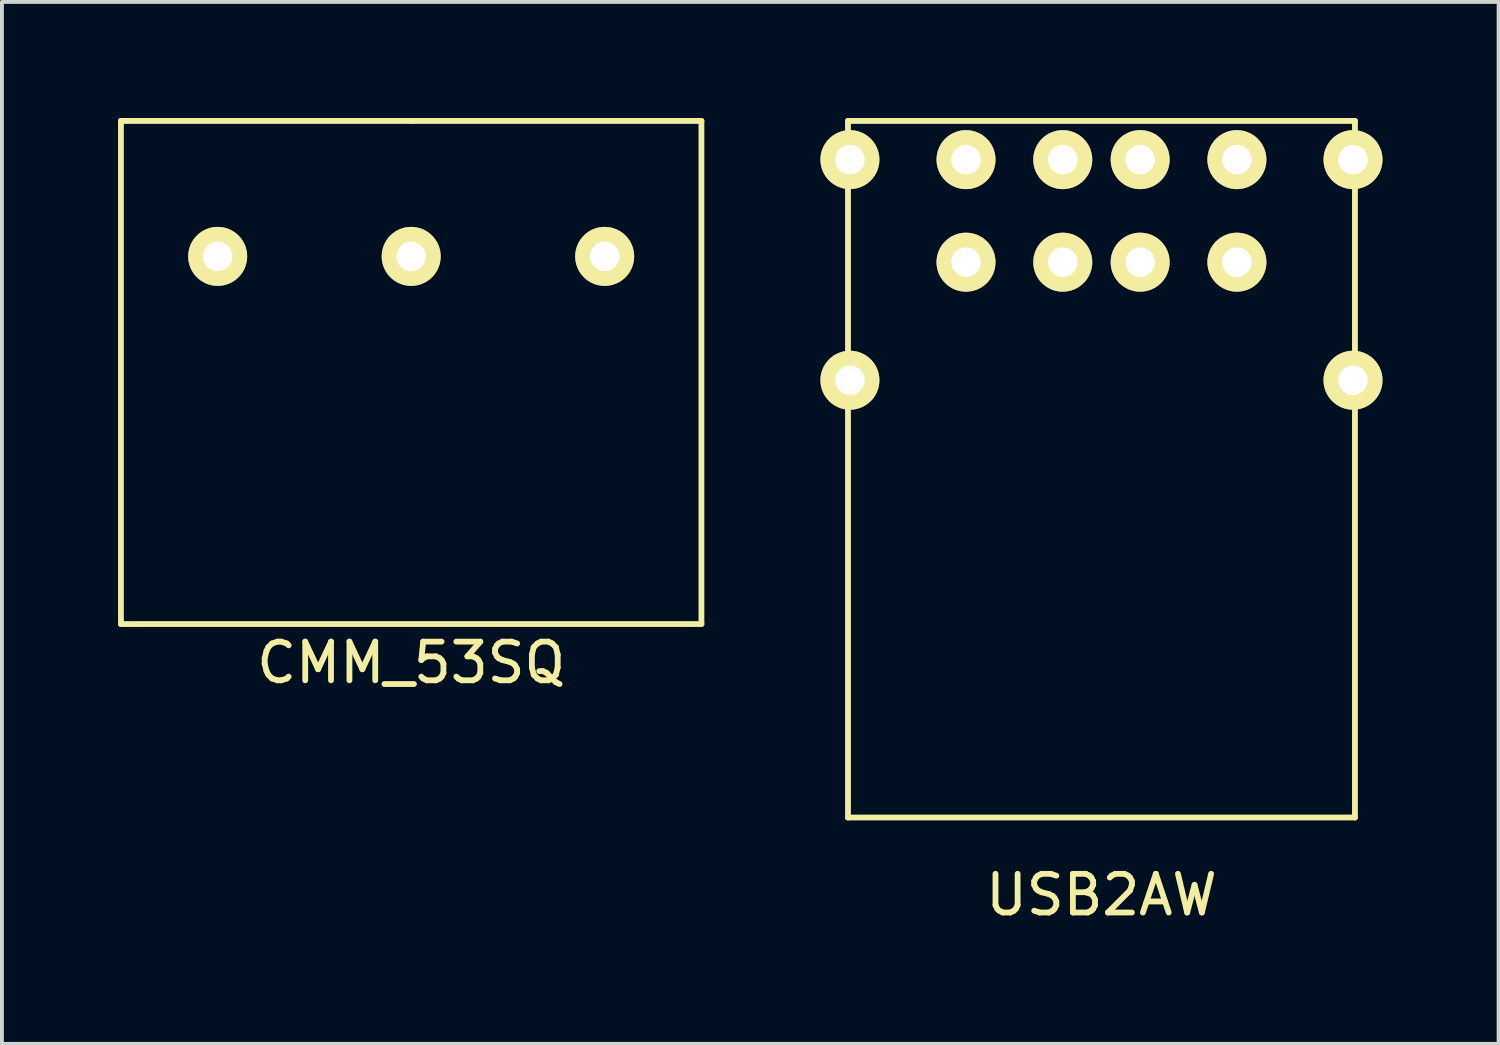
<source format=kicad_pcb>
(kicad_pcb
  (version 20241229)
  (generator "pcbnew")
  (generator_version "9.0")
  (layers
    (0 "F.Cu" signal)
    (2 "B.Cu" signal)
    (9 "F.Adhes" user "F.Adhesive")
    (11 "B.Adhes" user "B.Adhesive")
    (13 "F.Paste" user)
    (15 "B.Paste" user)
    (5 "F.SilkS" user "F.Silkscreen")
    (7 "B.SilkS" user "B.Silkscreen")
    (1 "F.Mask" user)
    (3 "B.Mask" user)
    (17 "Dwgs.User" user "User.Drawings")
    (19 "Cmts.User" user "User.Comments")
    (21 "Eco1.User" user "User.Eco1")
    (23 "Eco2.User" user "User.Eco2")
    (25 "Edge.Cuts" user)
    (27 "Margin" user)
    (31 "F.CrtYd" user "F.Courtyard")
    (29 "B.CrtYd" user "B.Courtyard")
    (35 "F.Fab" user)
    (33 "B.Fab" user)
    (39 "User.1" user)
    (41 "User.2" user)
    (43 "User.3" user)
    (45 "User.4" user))
  (footprint "USB2AW"
    (layer "F.Cu")
    (at 25.412 1.075)
    (property "Reference" "USB2AW" (at 0 19 0) (layer "F.SilkS") (effects (font (size 1 1) (thickness 0.15))))
    (attr through_hole)
    (fp_line (start -6.55 -1) (end -6.55 17) (stroke (width 0.15) (type solid)) (layer "F.SilkS"))
    (fp_line (start -6.55 17) (end 6.55 17) (stroke (width 0.15) (type solid)) (layer "F.SilkS"))
    (fp_line (start 6.55 -1) (end -6.55 -1) (stroke (width 0.15) (type solid)) (layer "F.SilkS"))
    (fp_line (start 6.55 17) (end 6.55 -1) (stroke (width 0.15) (type solid)) (layer "F.SilkS"))
    (pad "1" thru_hole circle (at -3.5 0) (size 1.524 1.524) (drill 0.762) (layers "*.Cu" "*.Mask" "F.SilkS"))
    (pad "2" thru_hole circle (at -1 0) (size 1.524 1.524) (drill 0.762) (layers "*.Cu" "*.Mask" "F.SilkS"))
    (pad "3" thru_hole circle (at 1 0) (size 1.524 1.524) (drill 0.762) (layers "*.Cu" "*.Mask" "F.SilkS"))
    (pad "4" thru_hole circle (at 3.5 0) (size 1.524 1.524) (drill 0.762) (layers "*.Cu" "*.Mask" "F.SilkS"))
    (pad "5" thru_hole circle (at -3.5 2.65) (size 1.524 1.524) (drill 0.762) (layers "*.Cu" "*.Mask" "F.SilkS"))
    (pad "6" thru_hole circle (at -1 2.65) (size 1.524 1.524) (drill 0.762) (layers "*.Cu" "*.Mask" "F.SilkS"))
    (pad "7" thru_hole circle (at 1 2.65) (size 1.524 1.524) (drill 0.762) (layers "*.Cu" "*.Mask" "F.SilkS"))
    (pad "8" thru_hole circle (at 3.5 2.65) (size 1.524 1.524) (drill 0.762) (layers "*.Cu" "*.Mask" "F.SilkS"))
    (pad "14" thru_hole circle (at -6.5 0) (size 1.524 1.524) (drill 0.762) (layers "*.Cu" "*.Mask" "F.SilkS"))
    (pad "15" thru_hole circle (at 6.5 0) (size 1.524 1.524) (drill 0.762) (layers "*.Cu" "*.Mask" "F.SilkS"))
    (pad "16" thru_hole circle (at -6.5 5.7) (size 1.524 1.524) (drill 0.762) (layers "*.Cu" "*.Mask" "F.SilkS"))
    (pad "17" thru_hole circle (at 6.5 5.7) (size 1.524 1.524) (drill 0.762) (layers "*.Cu" "*.Mask" "F.SilkS")))
  (footprint "CMM_53SQ"
    (layer "F.Cu")
    (at 7.575 3.575)
    (property "Reference" "CMM_53SQ" (at 0 10.5 0) (layer "F.SilkS") (effects (font (size 1 1) (thickness 0.15))))
    (attr through_hole)
    (fp_line (start -7.5 -3.5) (end 0 -3.5) (stroke (width 0.15) (type solid)) (layer "F.SilkS"))
    (fp_line (start -7.5 9.5) (end -7.5 -3.5) (stroke (width 0.15) (type solid)) (layer "F.SilkS"))
    (fp_line (start 0 -3.5) (end 7.5 -3.5) (stroke (width 0.15) (type solid)) (layer "F.SilkS"))
    (fp_line (start 7.5 -3.5) (end 7.5 9.5) (stroke (width 0.15) (type solid)) (layer "F.SilkS"))
    (fp_line (start 7.5 9.5) (end -7.5 9.5) (stroke (width 0.15) (type solid)) (layer "F.SilkS"))
    (pad "1" thru_hole circle (at -5 0) (size 1.524 1.524) (drill 0.762) (layers "*.Cu" "*.Mask" "F.SilkS"))
    (pad "2" thru_hole circle (at 0 0) (size 1.524 1.524) (drill 0.762) (layers "*.Cu" "*.Mask" "F.SilkS"))
    (pad "3" thru_hole circle (at 5 0) (size 1.524 1.524) (drill 0.762) (layers "*.Cu" "*.Mask" "F.SilkS")))
  (gr_rect
    (start -3 -3)
    (end 35.674 23.923)
    (stroke (width 0.1) (type default))
    (fill no)
    (layer "Edge.Cuts")))
</source>
